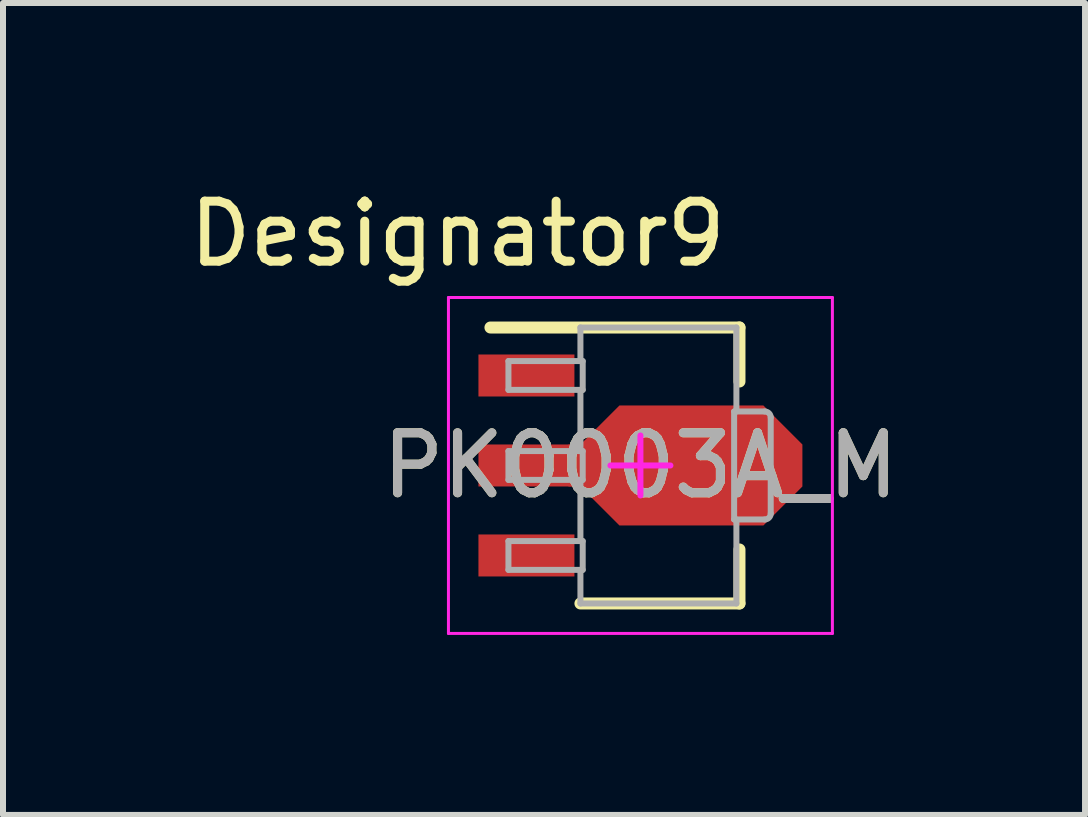
<source format=kicad_pcb>
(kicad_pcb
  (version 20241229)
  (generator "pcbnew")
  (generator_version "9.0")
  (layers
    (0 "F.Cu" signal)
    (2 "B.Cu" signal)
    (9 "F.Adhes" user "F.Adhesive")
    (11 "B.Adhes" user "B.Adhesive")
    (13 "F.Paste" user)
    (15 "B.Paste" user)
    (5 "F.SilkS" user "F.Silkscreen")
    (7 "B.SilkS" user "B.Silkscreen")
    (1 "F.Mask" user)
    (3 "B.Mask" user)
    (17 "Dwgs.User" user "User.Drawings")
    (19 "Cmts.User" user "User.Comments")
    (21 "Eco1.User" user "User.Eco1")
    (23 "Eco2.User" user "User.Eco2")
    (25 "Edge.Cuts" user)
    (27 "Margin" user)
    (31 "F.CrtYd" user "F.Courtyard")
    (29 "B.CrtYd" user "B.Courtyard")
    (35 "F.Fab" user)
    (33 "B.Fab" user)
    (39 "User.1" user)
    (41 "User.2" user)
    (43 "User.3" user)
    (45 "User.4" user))
  (footprint "PK0003A_M"
    (layer "F.Cu")
    (at 7.625 4.709)
    (property "Reference" "PK0003A_M" (at 0 0 0) (unlocked yes) (layer "F.SilkS") (effects (font (size 1 1) (thickness 0.15))))
    (attr smd)
    (fp_poly (pts (xy -1 -0.35) (xy -0.35 -1) (xy 2.05 -1) (xy 2.7 -0.35) (xy 2.7 0.35) (xy 2.05 1) (xy -0.35 1) (xy -1 0.35) (xy -1.2 0.35) (xy -1.2 -0.35)) (stroke (width 0) (type solid)) (fill yes) (layer "F.Cu"))
    (fp_poly (pts (xy -1.021 -0.401) (xy -0.386 -1.036) (xy -0.378 -1.042) (xy -0.369 -1.047) (xy -0.36 -1.05) (xy -0.35 -1.051) (xy 2.05 -1.051) (xy 2.06 -1.05) (xy 2.069 -1.047) (xy 2.078 -1.042) (xy 2.086 -1.036) (xy 2.736 -0.386) (xy 2.742 -0.378) (xy 2.747 -0.369) (xy 2.75 -0.36) (xy 2.751 -0.35) (xy 2.751 0.35) (xy 2.75 0.36) (xy 2.747 0.369) (xy 2.742 0.378) (xy 2.736 0.386) (xy 2.086 1.036) (xy 2.078 1.042) (xy 2.069 1.047) (xy 2.06 1.05) (xy 2.05 1.051) (xy -0.35 1.051) (xy -0.36 1.05) (xy -0.369 1.047) (xy -0.378 1.042) (xy -0.386 1.036) (xy -1.021 0.401) (xy -1.2 0.401) (xy -1.21 0.4) (xy -1.219 0.397) (xy -1.228 0.392) (xy -1.236 0.386) (xy -1.242 0.378) (xy -1.247 0.369) (xy -1.25 0.36) (xy -1.251 0.35) (xy -1.251 -0.35) (xy -1.25 -0.36) (xy -1.247 -0.369) (xy -1.242 -0.378) (xy -1.236 -0.386) (xy -1.228 -0.392) (xy -1.219 -0.397) (xy -1.21 -0.4) (xy -1.2 -0.401)) (stroke (width 0) (type solid)) (fill yes) (layer "F.Mask"))
    (fp_line (start -2.5 -2.3) (end 1.651 -2.3) (stroke (width 0.2) (type solid)) (layer "F.SilkS"))
    (fp_line (start -1 2.3) (end 1.651 2.3) (stroke (width 0.2) (type solid)) (layer "F.SilkS"))
    (fp_line (start 1.651 -1.4) (end 1.651 -2.3) (stroke (width 0.2) (type solid)) (layer "F.SilkS"))
    (fp_line (start 1.651 2.3) (end 1.651 1.4) (stroke (width 0.2) (type solid)) (layer "F.SilkS"))
    (fp_poly (pts (xy -1 -0.35) (xy -0.35 -1) (xy 2.05 -1) (xy 2.7 -0.35) (xy 2.7 0.35) (xy 2.05 1) (xy -0.35 1) (xy -1 0.35) (xy -1.2 0.35) (xy -1.2 -0.35)) (stroke (width 0) (type solid)) (fill yes) (layer "F.Paste"))
    (fp_line (start -3.2 -2.8) (end 3.2 -2.8) (stroke (width 0.05) (type solid)) (layer "F.CrtYd"))
    (fp_line (start -3.2 2.8) (end -3.2 -2.8) (stroke (width 0.05) (type solid)) (layer "F.CrtYd"))
    (fp_line (start -3.2 2.8) (end 3.2 2.8) (stroke (width 0.05) (type solid)) (layer "F.CrtYd"))
    (fp_line (start -0.5 0) (end 0.5 0) (stroke (width 0.1) (type solid)) (layer "F.CrtYd"))
    (fp_line (start 0 0.5) (end 0 -0.5) (stroke (width 0.1) (type solid)) (layer "F.CrtYd"))
    (fp_line (start 3.2 2.8) (end 3.2 -2.8) (stroke (width 0.05) (type solid)) (layer "F.CrtYd"))
    (fp_line (start -2.2 -1.74) (end -0.962 -1.74) (stroke (width 0.1) (type solid)) (layer "F.Fab"))
    (fp_line (start -2.2 -1.26) (end -2.2 -1.74) (stroke (width 0.1) (type solid)) (layer "F.Fab"))
    (fp_line (start -2.2 -1.26) (end -0.962 -1.26) (stroke (width 0.1) (type solid)) (layer "F.Fab"))
    (fp_line (start -2.2 -0.24) (end -0.962 -0.24) (stroke (width 0.1) (type solid)) (layer "F.Fab"))
    (fp_line (start -2.2 0.24) (end -2.2 -0.24) (stroke (width 0.1) (type solid)) (layer "F.Fab"))
    (fp_line (start -2.2 0.24) (end -0.962 0.24) (stroke (width 0.1) (type solid)) (layer "F.Fab"))
    (fp_line (start -2.2 1.26) (end -0.962 1.26) (stroke (width 0.1) (type solid)) (layer "F.Fab"))
    (fp_line (start -2.2 1.74) (end -2.2 1.26) (stroke (width 0.1) (type solid)) (layer "F.Fab"))
    (fp_line (start -2.2 1.74) (end -0.962 1.74) (stroke (width 0.1) (type solid)) (layer "F.Fab"))
    (fp_line (start -1 -2.3) (end 1.6 -2.3) (stroke (width 0.1) (type solid)) (layer "F.Fab"))
    (fp_line (start -1 -1.74) (end -1 -2.3) (stroke (width 0.1) (type solid)) (layer "F.Fab"))
    (fp_line (start -1 -0.24) (end -1 -1.26) (stroke (width 0.1) (type solid)) (layer "F.Fab"))
    (fp_line (start -1 1.26) (end -1 0.24) (stroke (width 0.1) (type solid)) (layer "F.Fab"))
    (fp_line (start -1 2.3) (end -1 1.74) (stroke (width 0.1) (type solid)) (layer "F.Fab"))
    (fp_line (start -1 2.3) (end 1.6 2.3) (stroke (width 0.1) (type solid)) (layer "F.Fab"))
    (fp_line (start -0.962 -1.26) (end -0.962 -1.74) (stroke (width 0.1) (type solid)) (layer "F.Fab"))
    (fp_line (start -0.962 0.24) (end -0.962 -0.24) (stroke (width 0.1) (type solid)) (layer "F.Fab"))
    (fp_line (start -0.962 1.74) (end -0.962 1.26) (stroke (width 0.1) (type solid)) (layer "F.Fab"))
    (fp_line (start 1.562 -0.9) (end 2.072 -0.9) (stroke (width 0.1) (type solid)) (layer "F.Fab"))
    (fp_line (start 1.562 0.9) (end 1.562 -0.9) (stroke (width 0.1) (type solid)) (layer "F.Fab"))
    (fp_line (start 1.562 0.9) (end 2.072 0.9) (stroke (width 0.1) (type solid)) (layer "F.Fab"))
    (fp_line (start 1.6 -0.9) (end 1.6 -2.3) (stroke (width 0.1) (type solid)) (layer "F.Fab"))
    (fp_line (start 1.6 2.3) (end 1.6 0.9) (stroke (width 0.1) (type solid)) (layer "F.Fab"))
    (fp_line (start 2.172 0.8) (end 2.172 -0.8) (stroke (width 0.1) (type solid)) (layer "F.Fab"))
    (fp_arc (start 2.072312 -0.899998) (mid 2.143023 -0.870709) (end 2.172312 -0.799998) (stroke (width 0.1) (type solid)) (layer "F.Fab"))
    (fp_arc (start 2.172312 0.800001) (mid 2.143023 0.870711) (end 2.072312 0.900001) (stroke (width 0.1) (type solid)) (layer "F.Fab"))
    (fp_text user "Designator9" (at -3.048 -3.861 0) (unlocked yes) (layer "F.SilkS") (effects (font (size 1 1) (thickness 0.15))))
    (fp_text user "${REFERENCE}" (at 0 0 0) (unlocked yes) (layer "F.Fab") (effects (font (size 1 1) (thickness 0.15))))
    (pad "1" smd rect (at -1.9 -1.5 90) (size 0.7 1.6) (layers "F.Cu" "F.Mask" "F.Paste"))
    (pad "2" smd rect (at -1.85 0 90) (size 0.7 1.7) (layers "F.Cu" "F.Mask" "F.Paste"))
    (pad "3" smd rect (at -1.9 1.5 90) (size 0.7 1.6) (layers "F.Cu" "F.Mask" "F.Paste")))
  (gr_rect
    (start -3 -3)
    (end 15.036 10.534)
    (stroke (width 0.1) (type default))
    (fill no)
    (layer "Edge.Cuts")))
</source>
